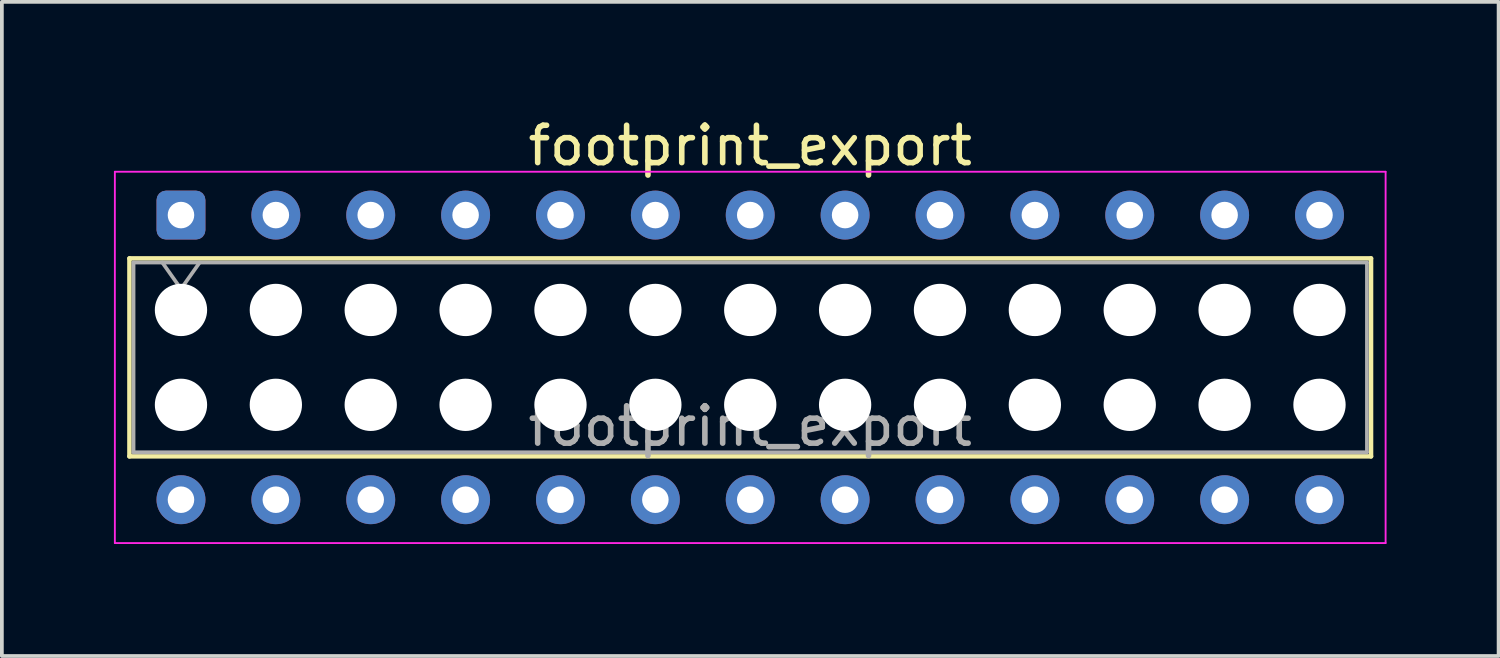
<source format=kicad_pcb>
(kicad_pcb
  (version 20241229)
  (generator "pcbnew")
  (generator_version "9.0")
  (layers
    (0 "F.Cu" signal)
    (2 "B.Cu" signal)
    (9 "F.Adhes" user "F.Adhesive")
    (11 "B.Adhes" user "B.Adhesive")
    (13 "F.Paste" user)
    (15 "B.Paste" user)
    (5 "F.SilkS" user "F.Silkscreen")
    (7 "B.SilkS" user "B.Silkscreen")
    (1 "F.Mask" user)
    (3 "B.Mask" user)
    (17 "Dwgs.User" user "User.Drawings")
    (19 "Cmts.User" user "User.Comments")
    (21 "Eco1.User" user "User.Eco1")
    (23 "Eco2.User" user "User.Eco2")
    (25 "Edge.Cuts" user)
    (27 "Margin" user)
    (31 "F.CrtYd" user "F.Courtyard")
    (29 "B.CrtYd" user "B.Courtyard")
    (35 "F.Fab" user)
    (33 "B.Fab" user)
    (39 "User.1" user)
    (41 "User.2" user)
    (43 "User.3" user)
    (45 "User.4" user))
  (footprint "footprint_export"
    (layer "F.Cu")
    (at 1.795 2.708)
    (property "Reference" "footprint_export" (at 15.24 -1.86 0) (layer "F.SilkS") (effects (font (size 1 1) (thickness 0.15))))
    (attr through_hole)
    (fp_line (start -1.38 1.16) (end 31.86 1.16) (stroke (width 0.12) (type solid)) (layer "F.SilkS"))
    (fp_line (start -1.38 6.46) (end -1.38 1.16) (stroke (width 0.12) (type solid)) (layer "F.SilkS"))
    (fp_line (start 31.86 1.16) (end 31.86 6.46) (stroke (width 0.12) (type solid)) (layer "F.SilkS"))
    (fp_line (start 31.86 6.46) (end -1.38 6.46) (stroke (width 0.12) (type solid)) (layer "F.SilkS"))
    (fp_line (start -1.77 -1.16) (end 32.25 -1.16) (stroke (width 0.05) (type solid)) (layer "F.CrtYd"))
    (fp_line (start -1.77 8.78) (end -1.77 -1.16) (stroke (width 0.05) (type solid)) (layer "F.CrtYd"))
    (fp_line (start 32.25 -1.16) (end 32.25 8.78) (stroke (width 0.05) (type solid)) (layer "F.CrtYd"))
    (fp_line (start 32.25 8.78) (end -1.77 8.78) (stroke (width 0.05) (type solid)) (layer "F.CrtYd"))
    (fp_line (start -1.27 1.27) (end 31.75 1.27) (stroke (width 0.1) (type solid)) (layer "F.Fab"))
    (fp_line (start -1.27 6.35) (end -1.27 1.27) (stroke (width 0.1) (type solid)) (layer "F.Fab"))
    (fp_line (start -0.5 1.27) (end 0 1.977) (stroke (width 0.1) (type solid)) (layer "F.Fab"))
    (fp_line (start 0 1.977) (end 0.5 1.27) (stroke (width 0.1) (type solid)) (layer "F.Fab"))
    (fp_line (start 31.75 1.27) (end 31.75 6.35) (stroke (width 0.1) (type solid)) (layer "F.Fab"))
    (fp_line (start 31.75 6.35) (end -1.27 6.35) (stroke (width 0.1) (type solid)) (layer "F.Fab"))
    (fp_text user "${REFERENCE}" (at 15.24 5.65 0) (layer "F.Fab") (effects (font (size 1 1) (thickness 0.15))))
    (pad "" np_thru_hole circle (at 0 2.54) (size 1.4 1.4) (drill 1.4) (layers "*.Cu" "*.Mask"))
    (pad "" np_thru_hole circle (at 0 5.08) (size 1.4 1.4) (drill 1.4) (layers "*.Cu" "*.Mask"))
    (pad "" np_thru_hole circle (at 2.54 2.54) (size 1.4 1.4) (drill 1.4) (layers "*.Cu" "*.Mask"))
    (pad "" np_thru_hole circle (at 2.54 5.08) (size 1.4 1.4) (drill 1.4) (layers "*.Cu" "*.Mask"))
    (pad "" np_thru_hole circle (at 5.08 2.54) (size 1.4 1.4) (drill 1.4) (layers "*.Cu" "*.Mask"))
    (pad "" np_thru_hole circle (at 5.08 5.08) (size 1.4 1.4) (drill 1.4) (layers "*.Cu" "*.Mask"))
    (pad "" np_thru_hole circle (at 7.62 2.54) (size 1.4 1.4) (drill 1.4) (layers "*.Cu" "*.Mask"))
    (pad "" np_thru_hole circle (at 7.62 5.08) (size 1.4 1.4) (drill 1.4) (layers "*.Cu" "*.Mask"))
    (pad "" np_thru_hole circle (at 10.16 2.54) (size 1.4 1.4) (drill 1.4) (layers "*.Cu" "*.Mask"))
    (pad "" np_thru_hole circle (at 10.16 5.08) (size 1.4 1.4) (drill 1.4) (layers "*.Cu" "*.Mask"))
    (pad "" np_thru_hole circle (at 12.7 2.54) (size 1.4 1.4) (drill 1.4) (layers "*.Cu" "*.Mask"))
    (pad "" np_thru_hole circle (at 12.7 5.08) (size 1.4 1.4) (drill 1.4) (layers "*.Cu" "*.Mask"))
    (pad "" np_thru_hole circle (at 15.24 2.54) (size 1.4 1.4) (drill 1.4) (layers "*.Cu" "*.Mask"))
    (pad "" np_thru_hole circle (at 15.24 5.08) (size 1.4 1.4) (drill 1.4) (layers "*.Cu" "*.Mask"))
    (pad "" np_thru_hole circle (at 17.78 2.54) (size 1.4 1.4) (drill 1.4) (layers "*.Cu" "*.Mask"))
    (pad "" np_thru_hole circle (at 17.78 5.08) (size 1.4 1.4) (drill 1.4) (layers "*.Cu" "*.Mask"))
    (pad "" np_thru_hole circle (at 20.32 2.54) (size 1.4 1.4) (drill 1.4) (layers "*.Cu" "*.Mask"))
    (pad "" np_thru_hole circle (at 20.32 5.08) (size 1.4 1.4) (drill 1.4) (layers "*.Cu" "*.Mask"))
    (pad "" np_thru_hole circle (at 22.86 2.54) (size 1.4 1.4) (drill 1.4) (layers "*.Cu" "*.Mask"))
    (pad "" np_thru_hole circle (at 22.86 5.08) (size 1.4 1.4) (drill 1.4) (layers "*.Cu" "*.Mask"))
    (pad "" np_thru_hole circle (at 25.4 2.54) (size 1.4 1.4) (drill 1.4) (layers "*.Cu" "*.Mask"))
    (pad "" np_thru_hole circle (at 25.4 5.08) (size 1.4 1.4) (drill 1.4) (layers "*.Cu" "*.Mask"))
    (pad "" np_thru_hole circle (at 27.94 2.54) (size 1.4 1.4) (drill 1.4) (layers "*.Cu" "*.Mask"))
    (pad "" np_thru_hole circle (at 27.94 5.08) (size 1.4 1.4) (drill 1.4) (layers "*.Cu" "*.Mask"))
    (pad "" np_thru_hole circle (at 30.48 2.54) (size 1.4 1.4) (drill 1.4) (layers "*.Cu" "*.Mask"))
    (pad "" np_thru_hole circle (at 30.48 5.08) (size 1.4 1.4) (drill 1.4) (layers "*.Cu" "*.Mask"))
    (pad "1" thru_hole roundrect (at 0 0) (size 1.31 1.31) (drill 0.71) (layers "*.Cu" "*.Mask") (roundrect_rratio 0.191))
    (pad "2" thru_hole circle (at 0 7.62) (size 1.31 1.31) (drill 0.71) (layers "*.Cu" "*.Mask"))
    (pad "3" thru_hole circle (at 2.54 0) (size 1.31 1.31) (drill 0.71) (layers "*.Cu" "*.Mask"))
    (pad "4" thru_hole circle (at 2.54 7.62) (size 1.31 1.31) (drill 0.71) (layers "*.Cu" "*.Mask"))
    (pad "5" thru_hole circle (at 5.08 0) (size 1.31 1.31) (drill 0.71) (layers "*.Cu" "*.Mask"))
    (pad "6" thru_hole circle (at 5.08 7.62) (size 1.31 1.31) (drill 0.71) (layers "*.Cu" "*.Mask"))
    (pad "7" thru_hole circle (at 7.62 0) (size 1.31 1.31) (drill 0.71) (layers "*.Cu" "*.Mask"))
    (pad "8" thru_hole circle (at 7.62 7.62) (size 1.31 1.31) (drill 0.71) (layers "*.Cu" "*.Mask"))
    (pad "9" thru_hole circle (at 10.16 0) (size 1.31 1.31) (drill 0.71) (layers "*.Cu" "*.Mask"))
    (pad "10" thru_hole circle (at 10.16 7.62) (size 1.31 1.31) (drill 0.71) (layers "*.Cu" "*.Mask"))
    (pad "11" thru_hole circle (at 12.7 0) (size 1.31 1.31) (drill 0.71) (layers "*.Cu" "*.Mask"))
    (pad "12" thru_hole circle (at 12.7 7.62) (size 1.31 1.31) (drill 0.71) (layers "*.Cu" "*.Mask"))
    (pad "13" thru_hole circle (at 15.24 0) (size 1.31 1.31) (drill 0.71) (layers "*.Cu" "*.Mask"))
    (pad "14" thru_hole circle (at 15.24 7.62) (size 1.31 1.31) (drill 0.71) (layers "*.Cu" "*.Mask"))
    (pad "15" thru_hole circle (at 17.78 0) (size 1.31 1.31) (drill 0.71) (layers "*.Cu" "*.Mask"))
    (pad "16" thru_hole circle (at 17.78 7.62) (size 1.31 1.31) (drill 0.71) (layers "*.Cu" "*.Mask"))
    (pad "17" thru_hole circle (at 20.32 0) (size 1.31 1.31) (drill 0.71) (layers "*.Cu" "*.Mask"))
    (pad "18" thru_hole circle (at 20.32 7.62) (size 1.31 1.31) (drill 0.71) (layers "*.Cu" "*.Mask"))
    (pad "19" thru_hole circle (at 22.86 0) (size 1.31 1.31) (drill 0.71) (layers "*.Cu" "*.Mask"))
    (pad "20" thru_hole circle (at 22.86 7.62) (size 1.31 1.31) (drill 0.71) (layers "*.Cu" "*.Mask"))
    (pad "21" thru_hole circle (at 25.4 0) (size 1.31 1.31) (drill 0.71) (layers "*.Cu" "*.Mask"))
    (pad "22" thru_hole circle (at 25.4 7.62) (size 1.31 1.31) (drill 0.71) (layers "*.Cu" "*.Mask"))
    (pad "23" thru_hole circle (at 27.94 0) (size 1.31 1.31) (drill 0.71) (layers "*.Cu" "*.Mask"))
    (pad "24" thru_hole circle (at 27.94 7.62) (size 1.31 1.31) (drill 0.71) (layers "*.Cu" "*.Mask"))
    (pad "25" thru_hole circle (at 30.48 0) (size 1.31 1.31) (drill 0.71) (layers "*.Cu" "*.Mask"))
    (pad "26" thru_hole circle (at 30.48 7.62) (size 1.31 1.31) (drill 0.71) (layers "*.Cu" "*.Mask")))
  (gr_rect
    (start -3 -3)
    (end 37.07 14.513)
    (stroke (width 0.1) (type default))
    (fill no)
    (layer "Edge.Cuts")))
</source>
